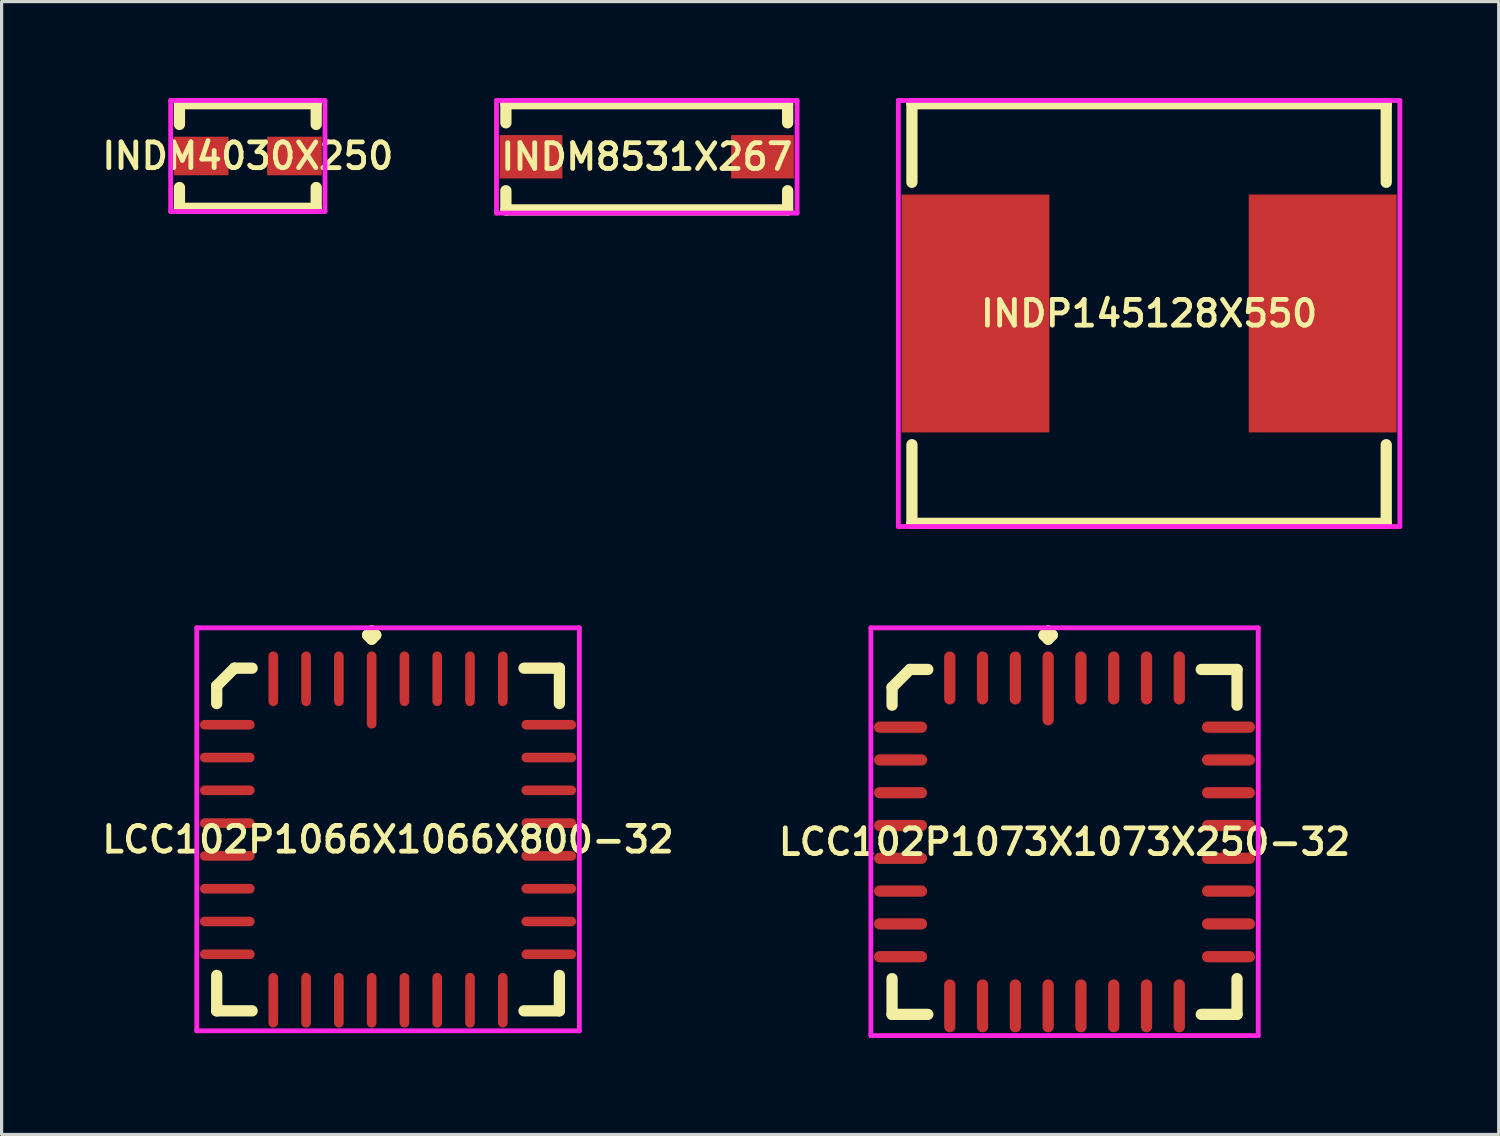
<source format=kicad_pcb>
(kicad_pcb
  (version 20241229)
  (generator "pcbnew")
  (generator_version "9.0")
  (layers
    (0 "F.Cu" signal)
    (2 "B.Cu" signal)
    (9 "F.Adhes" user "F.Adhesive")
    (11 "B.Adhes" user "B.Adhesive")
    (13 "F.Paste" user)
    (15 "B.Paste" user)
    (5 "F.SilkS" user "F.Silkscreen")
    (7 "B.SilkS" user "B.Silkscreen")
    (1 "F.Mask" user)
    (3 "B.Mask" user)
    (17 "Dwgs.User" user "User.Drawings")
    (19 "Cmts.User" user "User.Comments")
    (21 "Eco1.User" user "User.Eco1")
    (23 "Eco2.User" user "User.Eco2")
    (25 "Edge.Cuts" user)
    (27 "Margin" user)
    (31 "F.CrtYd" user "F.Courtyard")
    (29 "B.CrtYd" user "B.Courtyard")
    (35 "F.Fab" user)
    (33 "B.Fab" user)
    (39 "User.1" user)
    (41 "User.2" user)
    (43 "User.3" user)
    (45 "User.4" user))
  (footprint "INDM4030X250"
    (layer "F.Cu")
    (at 4.659 1.802)
    (property "Reference" "INDM4030X250" (at 0 0 0) (layer "F.SilkS") (effects (font (size 0.8 0.8) (thickness 0.15))))
    (attr smd)
    (fp_line (start -2.127 -1.627) (end 2.127 -1.627) (stroke (width 0.35) (type solid)) (layer "F.SilkS"))
    (fp_line (start -2.127 -0.981) (end -2.127 -1.627) (stroke (width 0.35) (type solid)) (layer "F.SilkS"))
    (fp_line (start -2.127 0.981) (end -2.127 1.627) (stroke (width 0.35) (type solid)) (layer "F.SilkS"))
    (fp_line (start -2.127 1.627) (end 2.127 1.627) (stroke (width 0.35) (type solid)) (layer "F.SilkS"))
    (fp_line (start 2.127 -1.627) (end 2.127 -0.981) (stroke (width 0.35) (type solid)) (layer "F.SilkS"))
    (fp_line (start 2.127 1.627) (end 2.127 0.981) (stroke (width 0.35) (type solid)) (layer "F.SilkS"))
    (fp_line (start -2.4 -1.727) (end 2.4 -1.727) (stroke (width 0.15) (type solid)) (layer "F.CrtYd"))
    (fp_line (start -2.4 1.727) (end -2.4 -1.727) (stroke (width 0.15) (type solid)) (layer "F.CrtYd"))
    (fp_line (start 2.4 -1.727) (end 2.4 1.727) (stroke (width 0.15) (type solid)) (layer "F.CrtYd"))
    (fp_line (start 2.4 1.727) (end -2.4 1.727) (stroke (width 0.15) (type solid)) (layer "F.CrtYd"))
    (pad "1" smd rect (at -1.45 0) (size 1.7 1.2) (layers "F.Cu" "F.Mask" "F.Paste"))
    (pad "2" smd rect (at 1.45 0) (size 1.7 1.2) (layers "F.Cu" "F.Mask" "F.Paste")))
  (footprint "INDP145128X550"
    (layer "F.Cu")
    (at 32.694 6.702)
    (property "Reference" "INDP145128X550" (at 0 0 0) (layer "F.SilkS") (effects (font (size 0.8 0.8) (thickness 0.15))))
    (attr smd)
    (fp_line (start -7.377 -6.527) (end 7.377 -6.527) (stroke (width 0.35) (type solid)) (layer "F.SilkS"))
    (fp_line (start -7.377 -4.081) (end -7.377 -6.527) (stroke (width 0.35) (type solid)) (layer "F.SilkS"))
    (fp_line (start -7.377 4.081) (end -7.377 6.527) (stroke (width 0.35) (type solid)) (layer "F.SilkS"))
    (fp_line (start -7.377 6.527) (end 7.377 6.527) (stroke (width 0.35) (type solid)) (layer "F.SilkS"))
    (fp_line (start 7.377 -6.527) (end 7.377 -4.081) (stroke (width 0.35) (type solid)) (layer "F.SilkS"))
    (fp_line (start 7.377 6.527) (end 7.377 4.081) (stroke (width 0.35) (type solid)) (layer "F.SilkS"))
    (fp_line (start -7.8 -6.627) (end 7.8 -6.627) (stroke (width 0.15) (type solid)) (layer "F.CrtYd"))
    (fp_line (start -7.8 6.627) (end -7.8 -6.627) (stroke (width 0.15) (type solid)) (layer "F.CrtYd"))
    (fp_line (start 7.8 -6.627) (end 7.8 6.627) (stroke (width 0.15) (type solid)) (layer "F.CrtYd"))
    (fp_line (start 7.8 6.627) (end -7.8 6.627) (stroke (width 0.15) (type solid)) (layer "F.CrtYd"))
    (pad "1" smd rect (at -5.4 0) (size 4.6 7.4) (layers "F.Cu" "F.Mask" "F.Paste"))
    (pad "2" smd rect (at 5.4 0) (size 4.6 7.4) (layers "F.Cu" "F.Mask" "F.Paste")))
  (footprint "LCC102P1066X1066X800-32"
    (layer "F.Cu")
    (at 9.021 23.064)
    (property "Reference" "LCC102P1066X1066X800-32" (at 0 0 0) (layer "F.SilkS") (effects (font (size 0.8 0.8) (thickness 0.15))))
    (attr smd)
    (fp_line (start -5.33 -4.779) (end -4.779 -5.33) (stroke (width 0.35) (type solid)) (layer "F.SilkS"))
    (fp_line (start -5.33 -4.228) (end -5.33 -4.779) (stroke (width 0.35) (type solid)) (layer "F.SilkS"))
    (fp_line (start -5.33 4.228) (end -5.33 5.33) (stroke (width 0.35) (type solid)) (layer "F.SilkS"))
    (fp_line (start -5.33 5.33) (end -4.228 5.33) (stroke (width 0.35) (type solid)) (layer "F.SilkS"))
    (fp_line (start -4.779 -5.33) (end -4.228 -5.33) (stroke (width 0.35) (type solid)) (layer "F.SilkS"))
    (fp_line (start -0.637 -6.358) (end -0.51 -6.485) (stroke (width 0.35) (type solid)) (layer "F.SilkS"))
    (fp_line (start -0.51 -6.485) (end -0.383 -6.358) (stroke (width 0.35) (type solid)) (layer "F.SilkS"))
    (fp_line (start -0.51 -6.231) (end -0.637 -6.358) (stroke (width 0.35) (type solid)) (layer "F.SilkS"))
    (fp_line (start -0.383 -6.358) (end -0.51 -6.231) (stroke (width 0.35) (type solid)) (layer "F.SilkS"))
    (fp_line (start 5.33 -5.33) (end 4.228 -5.33) (stroke (width 0.35) (type solid)) (layer "F.SilkS"))
    (fp_line (start 5.33 -4.228) (end 5.33 -5.33) (stroke (width 0.35) (type solid)) (layer "F.SilkS"))
    (fp_line (start 5.33 4.228) (end 5.33 5.33) (stroke (width 0.35) (type solid)) (layer "F.SilkS"))
    (fp_line (start 5.33 5.33) (end 4.228 5.33) (stroke (width 0.35) (type solid)) (layer "F.SilkS"))
    (fp_line (start -5.95 -6.585) (end 5.95 -6.585) (stroke (width 0.15) (type solid)) (layer "F.CrtYd"))
    (fp_line (start -5.95 5.95) (end -5.95 -6.585) (stroke (width 0.15) (type solid)) (layer "F.CrtYd"))
    (fp_line (start 5.95 -6.585) (end 5.95 5.95) (stroke (width 0.15) (type solid)) (layer "F.CrtYd"))
    (fp_line (start 5.95 5.95) (end -5.95 5.95) (stroke (width 0.15) (type solid)) (layer "F.CrtYd"))
    (pad "1" smd oval (at -0.51 -4.65) (size 0.3 2.4) (layers "F.Cu" "F.Mask" "F.Paste"))
    (pad "2" smd oval (at -1.53 -5) (size 0.3 1.7) (layers "F.Cu" "F.Mask" "F.Paste"))
    (pad "3" smd oval (at -2.55 -5) (size 0.3 1.7) (layers "F.Cu" "F.Mask" "F.Paste"))
    (pad "4" smd oval (at -3.57 -5) (size 0.3 1.7) (layers "F.Cu" "F.Mask" "F.Paste"))
    (pad "5" smd oval (at -5 -3.57) (size 1.7 0.3) (layers "F.Cu" "F.Mask" "F.Paste"))
    (pad "6" smd oval (at -5 -2.55) (size 1.7 0.3) (layers "F.Cu" "F.Mask" "F.Paste"))
    (pad "7" smd oval (at -5 -1.53) (size 1.7 0.3) (layers "F.Cu" "F.Mask" "F.Paste"))
    (pad "8" smd oval (at -5 -0.51) (size 1.7 0.3) (layers "F.Cu" "F.Mask" "F.Paste"))
    (pad "9" smd oval (at -5 0.51) (size 1.7 0.3) (layers "F.Cu" "F.Mask" "F.Paste"))
    (pad "10" smd oval (at -5 1.53) (size 1.7 0.3) (layers "F.Cu" "F.Mask" "F.Paste"))
    (pad "11" smd oval (at -5 2.55) (size 1.7 0.3) (layers "F.Cu" "F.Mask" "F.Paste"))
    (pad "12" smd oval (at -5 3.57) (size 1.7 0.3) (layers "F.Cu" "F.Mask" "F.Paste"))
    (pad "13" smd oval (at -3.57 5) (size 0.3 1.7) (layers "F.Cu" "F.Mask" "F.Paste"))
    (pad "14" smd oval (at -2.55 5) (size 0.3 1.7) (layers "F.Cu" "F.Mask" "F.Paste"))
    (pad "15" smd oval (at -1.53 5) (size 0.3 1.7) (layers "F.Cu" "F.Mask" "F.Paste"))
    (pad "16" smd oval (at -0.51 5) (size 0.3 1.7) (layers "F.Cu" "F.Mask" "F.Paste"))
    (pad "17" smd oval (at 0.51 5) (size 0.3 1.7) (layers "F.Cu" "F.Mask" "F.Paste"))
    (pad "18" smd oval (at 1.53 5) (size 0.3 1.7) (layers "F.Cu" "F.Mask" "F.Paste"))
    (pad "19" smd oval (at 2.55 5) (size 0.3 1.7) (layers "F.Cu" "F.Mask" "F.Paste"))
    (pad "20" smd oval (at 3.57 5) (size 0.3 1.7) (layers "F.Cu" "F.Mask" "F.Paste"))
    (pad "21" smd oval (at 5 3.57) (size 1.7 0.3) (layers "F.Cu" "F.Mask" "F.Paste"))
    (pad "22" smd oval (at 5 2.55) (size 1.7 0.3) (layers "F.Cu" "F.Mask" "F.Paste"))
    (pad "23" smd oval (at 5 1.53) (size 1.7 0.3) (layers "F.Cu" "F.Mask" "F.Paste"))
    (pad "24" smd oval (at 5 0.51) (size 1.7 0.3) (layers "F.Cu" "F.Mask" "F.Paste"))
    (pad "25" smd oval (at 5 -0.51) (size 1.7 0.3) (layers "F.Cu" "F.Mask" "F.Paste"))
    (pad "26" smd oval (at 5 -1.53) (size 1.7 0.3) (layers "F.Cu" "F.Mask" "F.Paste"))
    (pad "27" smd oval (at 5 -2.55) (size 1.7 0.3) (layers "F.Cu" "F.Mask" "F.Paste"))
    (pad "28" smd oval (at 5 -3.57) (size 1.7 0.3) (layers "F.Cu" "F.Mask" "F.Paste"))
    (pad "29" smd oval (at 3.57 -5) (size 0.3 1.7) (layers "F.Cu" "F.Mask" "F.Paste"))
    (pad "30" smd oval (at 2.55 -5) (size 0.3 1.7) (layers "F.Cu" "F.Mask" "F.Paste"))
    (pad "31" smd oval (at 1.53 -5) (size 0.3 1.7) (layers "F.Cu" "F.Mask" "F.Paste"))
    (pad "32" smd oval (at 0.51 -5) (size 0.3 1.7) (layers "F.Cu" "F.Mask" "F.Paste")))
  (footprint "LCC102P1073X1073X250-32"
    (layer "F.Cu")
    (at 30.064 23.139)
    (property "Reference" "LCC102P1073X1073X250-32" (at 0 0 0) (layer "F.SilkS") (effects (font (size 0.8 0.8) (thickness 0.15))))
    (attr smd)
    (fp_line (start -5.365 -4.809) (end -4.809 -5.365) (stroke (width 0.35) (type solid)) (layer "F.SilkS"))
    (fp_line (start -5.365 -4.253) (end -5.365 -4.809) (stroke (width 0.35) (type solid)) (layer "F.SilkS"))
    (fp_line (start -5.365 4.253) (end -5.365 5.365) (stroke (width 0.35) (type solid)) (layer "F.SilkS"))
    (fp_line (start -5.365 5.365) (end -4.253 5.365) (stroke (width 0.35) (type solid)) (layer "F.SilkS"))
    (fp_line (start -4.809 -5.365) (end -4.253 -5.365) (stroke (width 0.35) (type solid)) (layer "F.SilkS"))
    (fp_line (start -0.637 -6.433) (end -0.51 -6.56) (stroke (width 0.35) (type solid)) (layer "F.SilkS"))
    (fp_line (start -0.51 -6.56) (end -0.383 -6.433) (stroke (width 0.35) (type solid)) (layer "F.SilkS"))
    (fp_line (start -0.51 -6.306) (end -0.637 -6.433) (stroke (width 0.35) (type solid)) (layer "F.SilkS"))
    (fp_line (start -0.383 -6.433) (end -0.51 -6.306) (stroke (width 0.35) (type solid)) (layer "F.SilkS"))
    (fp_line (start 5.365 -5.365) (end 4.253 -5.365) (stroke (width 0.35) (type solid)) (layer "F.SilkS"))
    (fp_line (start 5.365 -4.253) (end 5.365 -5.365) (stroke (width 0.35) (type solid)) (layer "F.SilkS"))
    (fp_line (start 5.365 4.253) (end 5.365 5.365) (stroke (width 0.35) (type solid)) (layer "F.SilkS"))
    (fp_line (start 5.365 5.365) (end 4.253 5.365) (stroke (width 0.35) (type solid)) (layer "F.SilkS"))
    (fp_line (start -6.025 -6.66) (end 6.025 -6.66) (stroke (width 0.15) (type solid)) (layer "F.CrtYd"))
    (fp_line (start -6.025 6.025) (end -6.025 -6.66) (stroke (width 0.15) (type solid)) (layer "F.CrtYd"))
    (fp_line (start 6.025 -6.66) (end 6.025 6.025) (stroke (width 0.15) (type solid)) (layer "F.CrtYd"))
    (fp_line (start 6.025 6.025) (end -6.025 6.025) (stroke (width 0.15) (type solid)) (layer "F.CrtYd"))
    (pad "1" smd oval (at -0.51 -4.775) (size 0.35 2.3) (layers "F.Cu" "F.Mask" "F.Paste"))
    (pad "2" smd oval (at -1.53 -5.1) (size 0.35 1.65) (layers "F.Cu" "F.Mask" "F.Paste"))
    (pad "3" smd oval (at -2.55 -5.1) (size 0.35 1.65) (layers "F.Cu" "F.Mask" "F.Paste"))
    (pad "4" smd oval (at -3.57 -5.1) (size 0.35 1.65) (layers "F.Cu" "F.Mask" "F.Paste"))
    (pad "5" smd oval (at -5.1 -3.57) (size 1.65 0.35) (layers "F.Cu" "F.Mask" "F.Paste"))
    (pad "6" smd oval (at -5.1 -2.55) (size 1.65 0.35) (layers "F.Cu" "F.Mask" "F.Paste"))
    (pad "7" smd oval (at -5.1 -1.53) (size 1.65 0.35) (layers "F.Cu" "F.Mask" "F.Paste"))
    (pad "8" smd oval (at -5.1 -0.51) (size 1.65 0.35) (layers "F.Cu" "F.Mask" "F.Paste"))
    (pad "9" smd oval (at -5.1 0.51) (size 1.65 0.35) (layers "F.Cu" "F.Mask" "F.Paste"))
    (pad "10" smd oval (at -5.1 1.53) (size 1.65 0.35) (layers "F.Cu" "F.Mask" "F.Paste"))
    (pad "11" smd oval (at -5.1 2.55) (size 1.65 0.35) (layers "F.Cu" "F.Mask" "F.Paste"))
    (pad "12" smd oval (at -5.1 3.57) (size 1.65 0.35) (layers "F.Cu" "F.Mask" "F.Paste"))
    (pad "13" smd oval (at -3.57 5.1) (size 0.35 1.65) (layers "F.Cu" "F.Mask" "F.Paste"))
    (pad "14" smd oval (at -2.55 5.1) (size 0.35 1.65) (layers "F.Cu" "F.Mask" "F.Paste"))
    (pad "15" smd oval (at -1.53 5.1) (size 0.35 1.65) (layers "F.Cu" "F.Mask" "F.Paste"))
    (pad "16" smd oval (at -0.51 5.1) (size 0.35 1.65) (layers "F.Cu" "F.Mask" "F.Paste"))
    (pad "17" smd oval (at 0.51 5.1) (size 0.35 1.65) (layers "F.Cu" "F.Mask" "F.Paste"))
    (pad "18" smd oval (at 1.53 5.1) (size 0.35 1.65) (layers "F.Cu" "F.Mask" "F.Paste"))
    (pad "19" smd oval (at 2.55 5.1) (size 0.35 1.65) (layers "F.Cu" "F.Mask" "F.Paste"))
    (pad "20" smd oval (at 3.57 5.1) (size 0.35 1.65) (layers "F.Cu" "F.Mask" "F.Paste"))
    (pad "21" smd oval (at 5.1 3.57) (size 1.65 0.35) (layers "F.Cu" "F.Mask" "F.Paste"))
    (pad "22" smd oval (at 5.1 2.55) (size 1.65 0.35) (layers "F.Cu" "F.Mask" "F.Paste"))
    (pad "23" smd oval (at 5.1 1.53) (size 1.65 0.35) (layers "F.Cu" "F.Mask" "F.Paste"))
    (pad "24" smd oval (at 5.1 0.51) (size 1.65 0.35) (layers "F.Cu" "F.Mask" "F.Paste"))
    (pad "25" smd oval (at 5.1 -0.51) (size 1.65 0.35) (layers "F.Cu" "F.Mask" "F.Paste"))
    (pad "26" smd oval (at 5.1 -1.53) (size 1.65 0.35) (layers "F.Cu" "F.Mask" "F.Paste"))
    (pad "27" smd oval (at 5.1 -2.55) (size 1.65 0.35) (layers "F.Cu" "F.Mask" "F.Paste"))
    (pad "28" smd oval (at 5.1 -3.57) (size 1.65 0.35) (layers "F.Cu" "F.Mask" "F.Paste"))
    (pad "29" smd oval (at 3.57 -5.1) (size 0.35 1.65) (layers "F.Cu" "F.Mask" "F.Paste"))
    (pad "30" smd oval (at 2.55 -5.1) (size 0.35 1.65) (layers "F.Cu" "F.Mask" "F.Paste"))
    (pad "31" smd oval (at 1.53 -5.1) (size 0.35 1.65) (layers "F.Cu" "F.Mask" "F.Paste"))
    (pad "32" smd oval (at 0.51 -5.1) (size 0.35 1.65) (layers "F.Cu" "F.Mask" "F.Paste")))
  (footprint "INDM8531X267"
    (layer "F.Cu")
    (at 17.069 1.827)
    (property "Reference" "INDM8531X267" (at 0 0 0) (layer "F.SilkS") (effects (font (size 0.8 0.8) (thickness 0.15))))
    (attr through_hole)
    (fp_line (start -4.382 -1.652) (end 4.382 -1.652) (stroke (width 0.35) (type solid)) (layer "F.SilkS"))
    (fp_line (start -4.382 -1.056) (end -4.382 -1.652) (stroke (width 0.35) (type solid)) (layer "F.SilkS"))
    (fp_line (start -4.382 1.056) (end -4.382 1.652) (stroke (width 0.35) (type solid)) (layer "F.SilkS"))
    (fp_line (start -4.382 1.652) (end 4.382 1.652) (stroke (width 0.35) (type solid)) (layer "F.SilkS"))
    (fp_line (start 4.382 -1.652) (end 4.382 -1.056) (stroke (width 0.35) (type solid)) (layer "F.SilkS"))
    (fp_line (start 4.382 1.652) (end 4.382 1.056) (stroke (width 0.35) (type solid)) (layer "F.SilkS"))
    (fp_line (start -4.675 -1.752) (end 4.675 -1.752) (stroke (width 0.15) (type solid)) (layer "F.CrtYd"))
    (fp_line (start -4.675 1.752) (end -4.675 -1.752) (stroke (width 0.15) (type solid)) (layer "F.CrtYd"))
    (fp_line (start 4.675 -1.752) (end 4.675 1.752) (stroke (width 0.15) (type solid)) (layer "F.CrtYd"))
    (fp_line (start 4.675 1.752) (end -4.675 1.752) (stroke (width 0.15) (type solid)) (layer "F.CrtYd"))
    (pad "1" smd rect (at -3.6 0) (size 1.95 1.35) (layers "F.Cu" "F.Mask" "F.Paste"))
    (pad "2" smd rect (at 3.6 0) (size 1.95 1.35) (layers "F.Cu" "F.Mask" "F.Paste")))
  (gr_rect
    (start -3 -3)
    (end 43.569 32.239)
    (stroke (width 0.1) (type default))
    (fill no)
    (layer "Edge.Cuts")))
</source>
